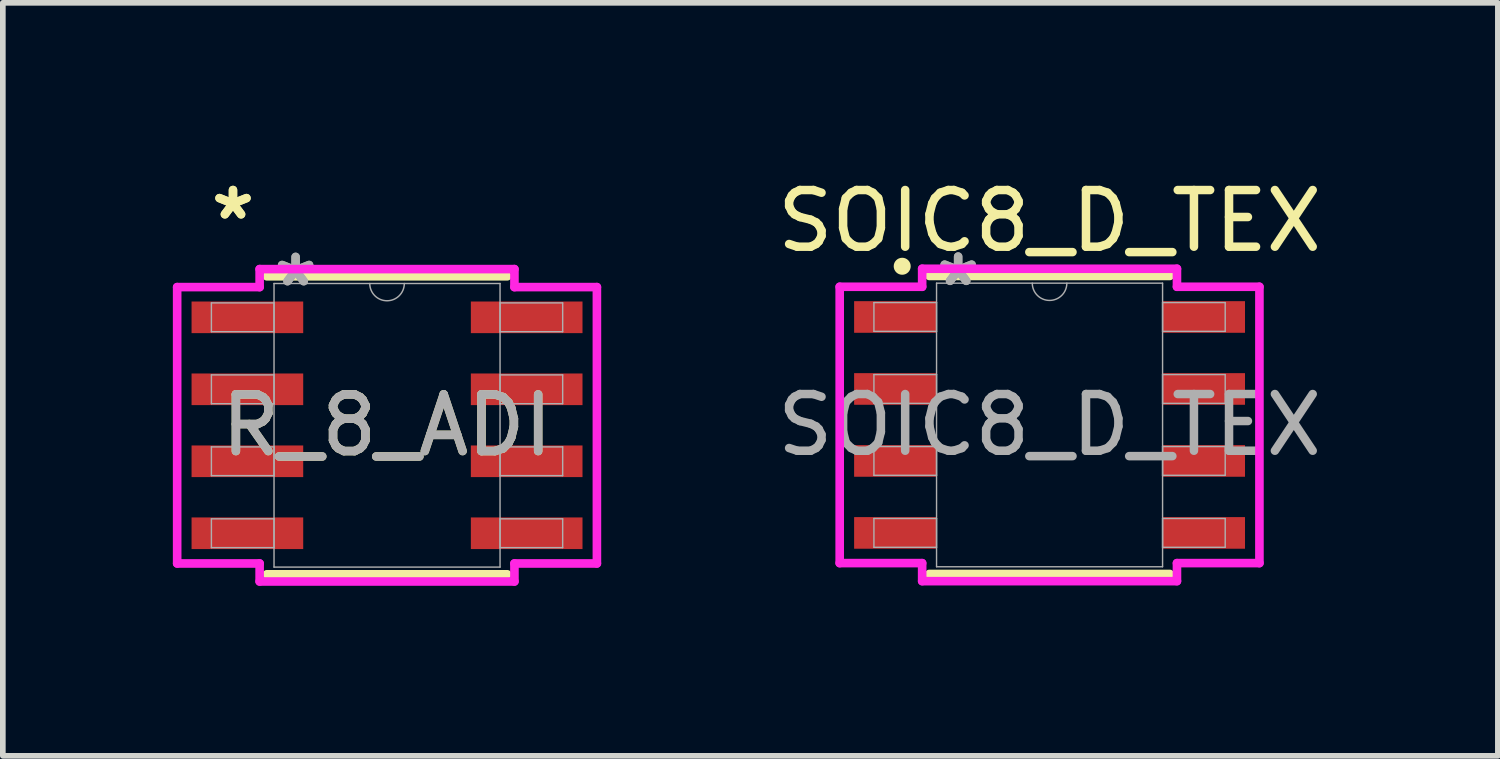
<source format=kicad_pcb>
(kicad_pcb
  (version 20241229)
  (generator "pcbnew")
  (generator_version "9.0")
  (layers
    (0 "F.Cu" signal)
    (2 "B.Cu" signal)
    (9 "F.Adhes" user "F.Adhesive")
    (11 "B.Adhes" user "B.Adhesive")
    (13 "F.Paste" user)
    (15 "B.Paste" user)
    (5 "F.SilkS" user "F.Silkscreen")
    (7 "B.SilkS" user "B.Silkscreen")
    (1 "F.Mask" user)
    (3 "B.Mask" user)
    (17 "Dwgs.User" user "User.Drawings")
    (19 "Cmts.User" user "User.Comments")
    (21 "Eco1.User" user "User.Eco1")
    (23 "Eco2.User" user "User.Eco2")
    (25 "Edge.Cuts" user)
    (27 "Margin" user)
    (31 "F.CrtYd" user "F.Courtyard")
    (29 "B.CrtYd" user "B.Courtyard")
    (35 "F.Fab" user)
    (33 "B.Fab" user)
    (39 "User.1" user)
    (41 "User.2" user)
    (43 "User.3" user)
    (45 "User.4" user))
  (footprint "R_8_ADI"
    (layer "F.Cu")
    (at 3.779 4.454)
    (property "Reference" "R_8_ADI" (at 0 0 0) (unlocked yes) (layer "F.SilkS") (effects (font (size 1 1) (thickness 0.15))))
    (attr smd)
    (fp_line (start -2.121 2.629) (end 2.121 2.629) (stroke (width 0.152) (type solid)) (layer "F.SilkS"))
    (fp_line (start 2.121 -2.629) (end -2.121 -2.629) (stroke (width 0.152) (type solid)) (layer "F.SilkS"))
    (fp_line (start -3.703 -2.438) (end -2.248 -2.438) (stroke (width 0.152) (type solid)) (layer "F.CrtYd"))
    (fp_line (start -3.703 2.438) (end -3.703 -2.438) (stroke (width 0.152) (type solid)) (layer "F.CrtYd"))
    (fp_line (start -3.703 2.438) (end -2.248 2.438) (stroke (width 0.152) (type solid)) (layer "F.CrtYd"))
    (fp_line (start -2.248 -2.756) (end 2.248 -2.756) (stroke (width 0.152) (type solid)) (layer "F.CrtYd"))
    (fp_line (start -2.248 -2.438) (end -2.248 -2.756) (stroke (width 0.152) (type solid)) (layer "F.CrtYd"))
    (fp_line (start -2.248 2.756) (end -2.248 2.438) (stroke (width 0.152) (type solid)) (layer "F.CrtYd"))
    (fp_line (start 2.248 -2.756) (end 2.248 -2.438) (stroke (width 0.152) (type solid)) (layer "F.CrtYd"))
    (fp_line (start 2.248 2.438) (end 2.248 2.756) (stroke (width 0.152) (type solid)) (layer "F.CrtYd"))
    (fp_line (start 2.248 2.756) (end -2.248 2.756) (stroke (width 0.152) (type solid)) (layer "F.CrtYd"))
    (fp_line (start 3.703 -2.438) (end 2.248 -2.438) (stroke (width 0.152) (type solid)) (layer "F.CrtYd"))
    (fp_line (start 3.703 -2.438) (end 3.703 2.438) (stroke (width 0.152) (type solid)) (layer "F.CrtYd"))
    (fp_line (start 3.703 2.438) (end 2.248 2.438) (stroke (width 0.152) (type solid)) (layer "F.CrtYd"))
    (fp_line (start -3.099 -2.159) (end -3.099 -1.651) (stroke (width 0.025) (type solid)) (layer "F.Fab"))
    (fp_line (start -3.099 -1.651) (end -1.994 -1.651) (stroke (width 0.025) (type solid)) (layer "F.Fab"))
    (fp_line (start -3.099 -0.889) (end -3.099 -0.381) (stroke (width 0.025) (type solid)) (layer "F.Fab"))
    (fp_line (start -3.099 -0.381) (end -1.994 -0.381) (stroke (width 0.025) (type solid)) (layer "F.Fab"))
    (fp_line (start -3.099 0.381) (end -3.099 0.889) (stroke (width 0.025) (type solid)) (layer "F.Fab"))
    (fp_line (start -3.099 0.889) (end -1.994 0.889) (stroke (width 0.025) (type solid)) (layer "F.Fab"))
    (fp_line (start -3.099 1.651) (end -3.099 2.159) (stroke (width 0.025) (type solid)) (layer "F.Fab"))
    (fp_line (start -3.099 2.159) (end -1.994 2.159) (stroke (width 0.025) (type solid)) (layer "F.Fab"))
    (fp_line (start -1.994 -2.502) (end -1.994 2.502) (stroke (width 0.025) (type solid)) (layer "F.Fab"))
    (fp_line (start -1.994 -2.159) (end -3.099 -2.159) (stroke (width 0.025) (type solid)) (layer "F.Fab"))
    (fp_line (start -1.994 -1.651) (end -1.994 -2.159) (stroke (width 0.025) (type solid)) (layer "F.Fab"))
    (fp_line (start -1.994 -0.889) (end -3.099 -0.889) (stroke (width 0.025) (type solid)) (layer "F.Fab"))
    (fp_line (start -1.994 -0.381) (end -1.994 -0.889) (stroke (width 0.025) (type solid)) (layer "F.Fab"))
    (fp_line (start -1.994 0.381) (end -3.099 0.381) (stroke (width 0.025) (type solid)) (layer "F.Fab"))
    (fp_line (start -1.994 0.889) (end -1.994 0.381) (stroke (width 0.025) (type solid)) (layer "F.Fab"))
    (fp_line (start -1.994 1.651) (end -3.099 1.651) (stroke (width 0.025) (type solid)) (layer "F.Fab"))
    (fp_line (start -1.994 2.159) (end -1.994 1.651) (stroke (width 0.025) (type solid)) (layer "F.Fab"))
    (fp_line (start -1.994 2.502) (end 1.994 2.502) (stroke (width 0.025) (type solid)) (layer "F.Fab"))
    (fp_line (start 1.994 -2.502) (end -1.994 -2.502) (stroke (width 0.025) (type solid)) (layer "F.Fab"))
    (fp_line (start 1.994 -2.159) (end 1.994 -1.651) (stroke (width 0.025) (type solid)) (layer "F.Fab"))
    (fp_line (start 1.994 -1.651) (end 3.099 -1.651) (stroke (width 0.025) (type solid)) (layer "F.Fab"))
    (fp_line (start 1.994 -0.889) (end 1.994 -0.381) (stroke (width 0.025) (type solid)) (layer "F.Fab"))
    (fp_line (start 1.994 -0.381) (end 3.099 -0.381) (stroke (width 0.025) (type solid)) (layer "F.Fab"))
    (fp_line (start 1.994 0.381) (end 1.994 0.889) (stroke (width 0.025) (type solid)) (layer "F.Fab"))
    (fp_line (start 1.994 0.889) (end 3.099 0.889) (stroke (width 0.025) (type solid)) (layer "F.Fab"))
    (fp_line (start 1.994 1.651) (end 1.994 2.159) (stroke (width 0.025) (type solid)) (layer "F.Fab"))
    (fp_line (start 1.994 2.159) (end 3.099 2.159) (stroke (width 0.025) (type solid)) (layer "F.Fab"))
    (fp_line (start 1.994 2.502) (end 1.994 -2.502) (stroke (width 0.025) (type solid)) (layer "F.Fab"))
    (fp_line (start 3.099 -2.159) (end 1.994 -2.159) (stroke (width 0.025) (type solid)) (layer "F.Fab"))
    (fp_line (start 3.099 -1.651) (end 3.099 -2.159) (stroke (width 0.025) (type solid)) (layer "F.Fab"))
    (fp_line (start 3.099 -0.889) (end 1.994 -0.889) (stroke (width 0.025) (type solid)) (layer "F.Fab"))
    (fp_line (start 3.099 -0.381) (end 3.099 -0.889) (stroke (width 0.025) (type solid)) (layer "F.Fab"))
    (fp_line (start 3.099 0.381) (end 1.994 0.381) (stroke (width 0.025) (type solid)) (layer "F.Fab"))
    (fp_line (start 3.099 0.889) (end 3.099 0.381) (stroke (width 0.025) (type solid)) (layer "F.Fab"))
    (fp_line (start 3.099 1.651) (end 1.994 1.651) (stroke (width 0.025) (type solid)) (layer "F.Fab"))
    (fp_line (start 3.099 2.159) (end 3.099 1.651) (stroke (width 0.025) (type solid)) (layer "F.Fab"))
    (fp_arc (start 0.3048 -2.5019) (mid 0 -2.1971) (end -0.3048 -2.5019) (stroke (width 0.0254) (type solid)) (layer "F.Fab"))
    (fp_text user "*" (at -2.718 -3.606 0) (layer "F.SilkS") (effects (font (size 1 1) (thickness 0.15))))
    (fp_text user "*" (at -2.718 -3.606 0) (unlocked yes) (layer "F.SilkS") (effects (font (size 1 1) (thickness 0.15))))
    (fp_text user "*" (at -1.613 -2.426 0) (unlocked yes) (layer "F.Fab") (effects (font (size 1 1) (thickness 0.15))))
    (fp_text user "*" (at -1.613 -2.426 0) (layer "F.Fab") (effects (font (size 1 1) (thickness 0.15))))
    (fp_text user "${REFERENCE}" (at 0 0 0) (unlocked yes) (layer "F.Fab") (effects (font (size 1 1) (thickness 0.15))))
    (pad "1" smd rect (at -2.464 -1.905) (size 1.97 0.558) (layers "F.Cu" "F.Mask" "F.Paste"))
    (pad "2" smd rect (at -2.464 -0.635) (size 1.97 0.558) (layers "F.Cu" "F.Mask" "F.Paste"))
    (pad "3" smd rect (at -2.464 0.635) (size 1.97 0.558) (layers "F.Cu" "F.Mask" "F.Paste"))
    (pad "4" smd rect (at -2.464 1.905) (size 1.97 0.558) (layers "F.Cu" "F.Mask" "F.Paste"))
    (pad "5" smd rect (at 2.464 1.905) (size 1.97 0.558) (layers "F.Cu" "F.Mask" "F.Paste"))
    (pad "6" smd rect (at 2.464 0.635) (size 1.97 0.558) (layers "F.Cu" "F.Mask" "F.Paste"))
    (pad "7" smd rect (at 2.464 -0.635) (size 1.97 0.558) (layers "F.Cu" "F.Mask" "F.Paste"))
    (pad "8" smd rect (at 2.464 -1.905) (size 1.97 0.558) (layers "F.Cu" "F.Mask" "F.Paste")))
  (footprint "SOIC8_D_TEX"
    (layer "F.Cu")
    (at 15.469 4.448)
    (property "Reference" "SOIC8_D_TEX" (at 0 -3.6 0) (unlocked yes) (layer "F.SilkS") (effects (font (size 1 1) (thickness 0.15))))
    (attr smd)
    (fp_line (start -2.121 2.629) (end 2.121 2.629) (stroke (width 0.152) (type solid)) (layer "F.SilkS"))
    (fp_line (start 2.121 -2.629) (end -2.121 -2.629) (stroke (width 0.152) (type solid)) (layer "F.SilkS"))
    (fp_circle (center -2.6 -2.8) (end -2.5 -2.8) (stroke (width 0.1) (type solid)) (fill yes) (layer "F.SilkS"))
    (fp_line (start -3.703 -2.438) (end -2.248 -2.438) (stroke (width 0.152) (type solid)) (layer "F.CrtYd"))
    (fp_line (start -3.703 2.438) (end -3.703 -2.438) (stroke (width 0.152) (type solid)) (layer "F.CrtYd"))
    (fp_line (start -3.703 2.438) (end -2.248 2.438) (stroke (width 0.152) (type solid)) (layer "F.CrtYd"))
    (fp_line (start -2.248 -2.756) (end 2.248 -2.756) (stroke (width 0.152) (type solid)) (layer "F.CrtYd"))
    (fp_line (start -2.248 -2.438) (end -2.248 -2.756) (stroke (width 0.152) (type solid)) (layer "F.CrtYd"))
    (fp_line (start -2.248 2.756) (end -2.248 2.438) (stroke (width 0.152) (type solid)) (layer "F.CrtYd"))
    (fp_line (start 2.248 -2.756) (end 2.248 -2.438) (stroke (width 0.152) (type solid)) (layer "F.CrtYd"))
    (fp_line (start 2.248 2.438) (end 2.248 2.756) (stroke (width 0.152) (type solid)) (layer "F.CrtYd"))
    (fp_line (start 2.248 2.756) (end -2.248 2.756) (stroke (width 0.152) (type solid)) (layer "F.CrtYd"))
    (fp_line (start 3.703 -2.438) (end 2.248 -2.438) (stroke (width 0.152) (type solid)) (layer "F.CrtYd"))
    (fp_line (start 3.703 -2.438) (end 3.703 2.438) (stroke (width 0.152) (type solid)) (layer "F.CrtYd"))
    (fp_line (start 3.703 2.438) (end 2.248 2.438) (stroke (width 0.152) (type solid)) (layer "F.CrtYd"))
    (fp_line (start -3.099 -2.159) (end -3.099 -1.651) (stroke (width 0.025) (type solid)) (layer "F.Fab"))
    (fp_line (start -3.099 -1.651) (end -1.994 -1.651) (stroke (width 0.025) (type solid)) (layer "F.Fab"))
    (fp_line (start -3.099 -0.889) (end -3.099 -0.381) (stroke (width 0.025) (type solid)) (layer "F.Fab"))
    (fp_line (start -3.099 -0.381) (end -1.994 -0.381) (stroke (width 0.025) (type solid)) (layer "F.Fab"))
    (fp_line (start -3.099 0.381) (end -3.099 0.889) (stroke (width 0.025) (type solid)) (layer "F.Fab"))
    (fp_line (start -3.099 0.889) (end -1.994 0.889) (stroke (width 0.025) (type solid)) (layer "F.Fab"))
    (fp_line (start -3.099 1.651) (end -3.099 2.159) (stroke (width 0.025) (type solid)) (layer "F.Fab"))
    (fp_line (start -3.099 2.159) (end -1.994 2.159) (stroke (width 0.025) (type solid)) (layer "F.Fab"))
    (fp_line (start -1.994 -2.502) (end -1.994 2.502) (stroke (width 0.025) (type solid)) (layer "F.Fab"))
    (fp_line (start -1.994 -2.159) (end -3.099 -2.159) (stroke (width 0.025) (type solid)) (layer "F.Fab"))
    (fp_line (start -1.994 -1.651) (end -1.994 -2.159) (stroke (width 0.025) (type solid)) (layer "F.Fab"))
    (fp_line (start -1.994 -0.889) (end -3.099 -0.889) (stroke (width 0.025) (type solid)) (layer "F.Fab"))
    (fp_line (start -1.994 -0.381) (end -1.994 -0.889) (stroke (width 0.025) (type solid)) (layer "F.Fab"))
    (fp_line (start -1.994 0.381) (end -3.099 0.381) (stroke (width 0.025) (type solid)) (layer "F.Fab"))
    (fp_line (start -1.994 0.889) (end -1.994 0.381) (stroke (width 0.025) (type solid)) (layer "F.Fab"))
    (fp_line (start -1.994 1.651) (end -3.099 1.651) (stroke (width 0.025) (type solid)) (layer "F.Fab"))
    (fp_line (start -1.994 2.159) (end -1.994 1.651) (stroke (width 0.025) (type solid)) (layer "F.Fab"))
    (fp_line (start -1.994 2.502) (end 1.994 2.502) (stroke (width 0.025) (type solid)) (layer "F.Fab"))
    (fp_line (start 1.994 -2.502) (end -1.994 -2.502) (stroke (width 0.025) (type solid)) (layer "F.Fab"))
    (fp_line (start 1.994 -2.159) (end 1.994 -1.651) (stroke (width 0.025) (type solid)) (layer "F.Fab"))
    (fp_line (start 1.994 -1.651) (end 3.099 -1.651) (stroke (width 0.025) (type solid)) (layer "F.Fab"))
    (fp_line (start 1.994 -0.889) (end 1.994 -0.381) (stroke (width 0.025) (type solid)) (layer "F.Fab"))
    (fp_line (start 1.994 -0.381) (end 3.099 -0.381) (stroke (width 0.025) (type solid)) (layer "F.Fab"))
    (fp_line (start 1.994 0.381) (end 1.994 0.889) (stroke (width 0.025) (type solid)) (layer "F.Fab"))
    (fp_line (start 1.994 0.889) (end 3.099 0.889) (stroke (width 0.025) (type solid)) (layer "F.Fab"))
    (fp_line (start 1.994 1.651) (end 1.994 2.159) (stroke (width 0.025) (type solid)) (layer "F.Fab"))
    (fp_line (start 1.994 2.159) (end 3.099 2.159) (stroke (width 0.025) (type solid)) (layer "F.Fab"))
    (fp_line (start 1.994 2.502) (end 1.994 -2.502) (stroke (width 0.025) (type solid)) (layer "F.Fab"))
    (fp_line (start 3.099 -2.159) (end 1.994 -2.159) (stroke (width 0.025) (type solid)) (layer "F.Fab"))
    (fp_line (start 3.099 -1.651) (end 3.099 -2.159) (stroke (width 0.025) (type solid)) (layer "F.Fab"))
    (fp_line (start 3.099 -0.889) (end 1.994 -0.889) (stroke (width 0.025) (type solid)) (layer "F.Fab"))
    (fp_line (start 3.099 -0.381) (end 3.099 -0.889) (stroke (width 0.025) (type solid)) (layer "F.Fab"))
    (fp_line (start 3.099 0.381) (end 1.994 0.381) (stroke (width 0.025) (type solid)) (layer "F.Fab"))
    (fp_line (start 3.099 0.889) (end 3.099 0.381) (stroke (width 0.025) (type solid)) (layer "F.Fab"))
    (fp_line (start 3.099 1.651) (end 1.994 1.651) (stroke (width 0.025) (type solid)) (layer "F.Fab"))
    (fp_line (start 3.099 2.159) (end 3.099 1.651) (stroke (width 0.025) (type solid)) (layer "F.Fab"))
    (fp_arc (start 0.3048 -2.5019) (mid 0 -2.1971) (end -0.3048 -2.5019) (stroke (width 0.0254) (type solid)) (layer "F.Fab"))
    (fp_text user "${REFERENCE}" (at 0 0 0) (unlocked yes) (layer "F.Fab") (effects (font (size 1 1) (thickness 0.15))))
    (fp_text user "*" (at -1.613 -2.426 0) (unlocked yes) (layer "F.Fab") (effects (font (size 1 1) (thickness 0.15))))
    (fp_text user "*" (at -1.613 -2.426 0) (layer "F.Fab") (effects (font (size 1 1) (thickness 0.15))))
    (pad "1" smd rect (at -2.721 -1.905) (size 1.455 0.558) (layers "F.Cu" "F.Mask" "F.Paste"))
    (pad "2" smd rect (at -2.721 -0.635) (size 1.455 0.558) (layers "F.Cu" "F.Mask" "F.Paste"))
    (pad "3" smd rect (at -2.721 0.635) (size 1.455 0.558) (layers "F.Cu" "F.Mask" "F.Paste"))
    (pad "4" smd rect (at -2.721 1.905) (size 1.455 0.558) (layers "F.Cu" "F.Mask" "F.Paste"))
    (pad "5" smd rect (at 2.721 1.905) (size 1.455 0.558) (layers "F.Cu" "F.Mask" "F.Paste"))
    (pad "6" smd rect (at 2.721 0.635) (size 1.455 0.558) (layers "F.Cu" "F.Mask" "F.Paste"))
    (pad "7" smd rect (at 2.721 -0.635) (size 1.455 0.558) (layers "F.Cu" "F.Mask" "F.Paste"))
    (pad "8" smd rect (at 2.721 -1.905) (size 1.455 0.558) (layers "F.Cu" "F.Mask" "F.Paste")))
  (gr_rect
    (start -3 -3)
    (end 23.379 10.286)
    (stroke (width 0.1) (type default))
    (fill no)
    (layer "Edge.Cuts")))
</source>
